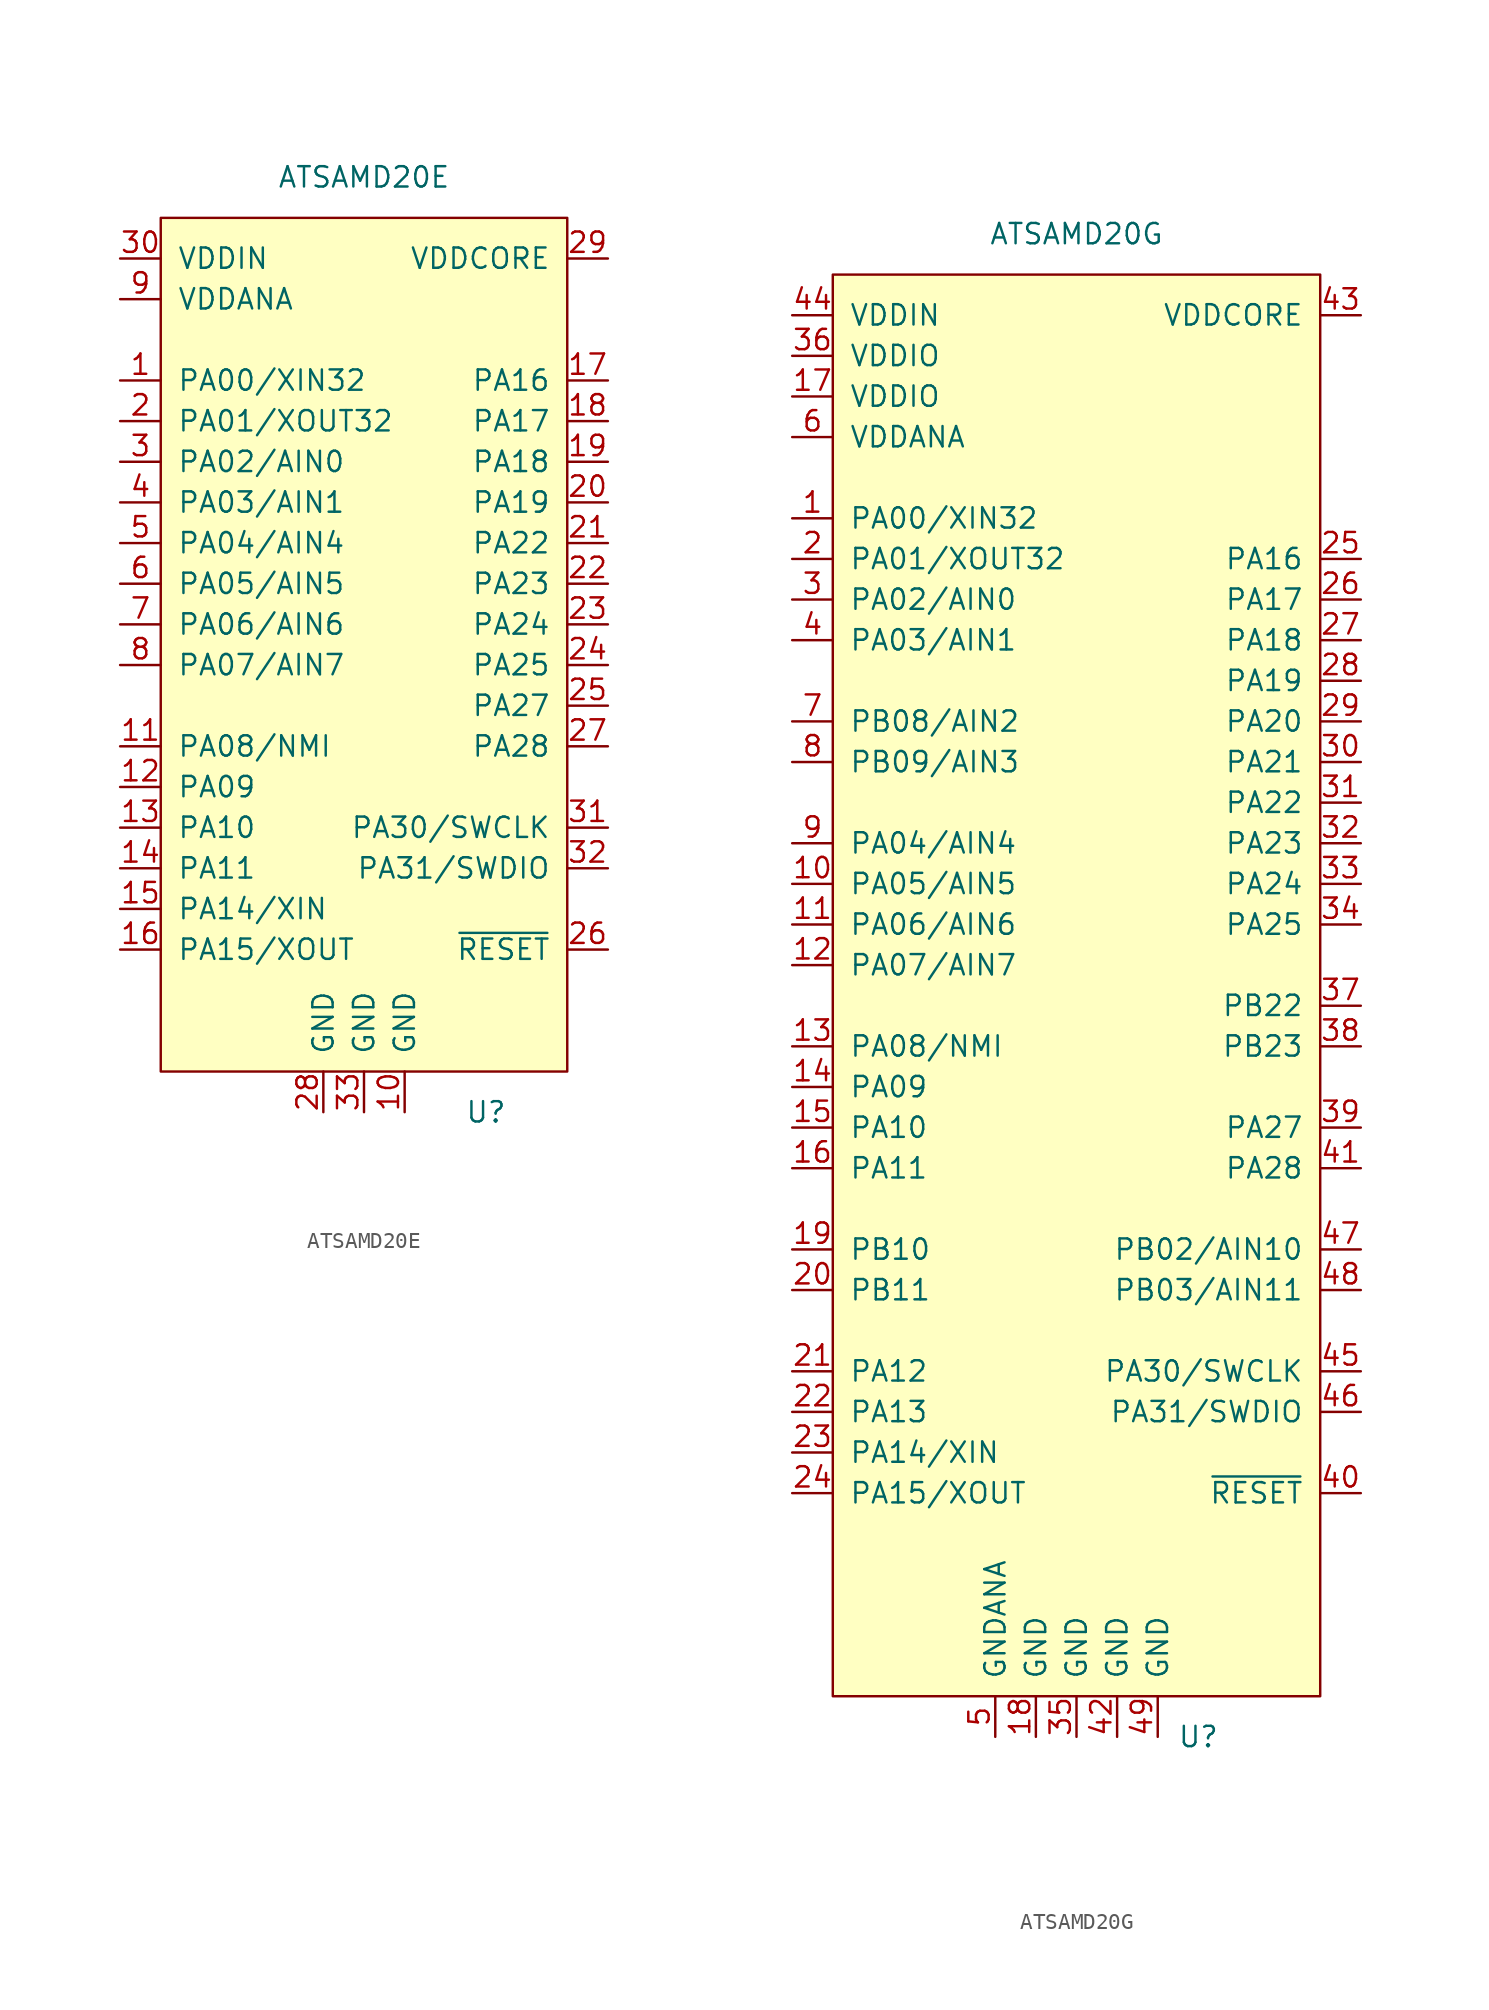
<source format=kicad_sym>
(kicad_symbol_lib
  (version 20211014)
  (generator kicad_symbol_editor)
  (symbol "ATSAMD20E"
    (pin_names
      (offset 1.016))
    (property "Reference" "U"
      (at 7.62 -30.48 0)
      (effects (font (size 1.27 1.27))))
    (property "Value" "ATSAMD20E"
      (at 0 27.94 0)
      (effects (font (size 1.27 1.27))))
    (symbol "ATSAMD20E_0_0"
      (pin bidirectional line (at -15.24 15.24 0) (length 2.54) (name "PA00/XIN32" (effects (font (size 1.27 1.27)))) (number "1" (effects (font (size 1.27 1.27)))))
      (pin power_in line (at 2.54 -30.48 90) (length 2.54) (name "GND" (effects (font (size 1.27 1.27)))) (number "10" (effects (font (size 1.27 1.27)))))
      (pin bidirectional line (at -15.24 -7.62 0) (length 2.54) (name "PA08/NMI" (effects (font (size 1.27 1.27)))) (number "11" (effects (font (size 1.27 1.27)))))
      (pin bidirectional line (at -15.24 -10.16 0) (length 2.54) (name "PA09" (effects (font (size 1.27 1.27)))) (number "12" (effects (font (size 1.27 1.27)))))
      (pin bidirectional line (at -15.24 -12.7 0) (length 2.54) (name "PA10" (effects (font (size 1.27 1.27)))) (number "13" (effects (font (size 1.27 1.27)))))
      (pin bidirectional line (at -15.24 -15.24 0) (length 2.54) (name "PA11" (effects (font (size 1.27 1.27)))) (number "14" (effects (font (size 1.27 1.27)))))
      (pin bidirectional line (at -15.24 -17.78 0) (length 2.54) (name "PA14/XIN" (effects (font (size 1.27 1.27)))) (number "15" (effects (font (size 1.27 1.27)))))
      (pin bidirectional line (at -15.24 -20.32 0) (length 2.54) (name "PA15/XOUT" (effects (font (size 1.27 1.27)))) (number "16" (effects (font (size 1.27 1.27)))))
      (pin bidirectional line (at 15.24 15.24 180) (length 2.54) (name "PA16" (effects (font (size 1.27 1.27)))) (number "17" (effects (font (size 1.27 1.27)))))
      (pin bidirectional line (at 15.24 12.7 180) (length 2.54) (name "PA17" (effects (font (size 1.27 1.27)))) (number "18" (effects (font (size 1.27 1.27)))))
      (pin bidirectional line (at 15.24 10.16 180) (length 2.54) (name "PA18" (effects (font (size 1.27 1.27)))) (number "19" (effects (font (size 1.27 1.27)))))
      (pin bidirectional line (at -15.24 12.7 0) (length 2.54) (name "PA01/XOUT32" (effects (font (size 1.27 1.27)))) (number "2" (effects (font (size 1.27 1.27)))))
      (pin bidirectional line (at 15.24 7.62 180) (length 2.54) (name "PA19" (effects (font (size 1.27 1.27)))) (number "20" (effects (font (size 1.27 1.27)))))
      (pin bidirectional line (at 15.24 5.08 180) (length 2.54) (name "PA22" (effects (font (size 1.27 1.27)))) (number "21" (effects (font (size 1.27 1.27)))))
      (pin bidirectional line (at 15.24 2.54 180) (length 2.54) (name "PA23" (effects (font (size 1.27 1.27)))) (number "22" (effects (font (size 1.27 1.27)))))
      (pin bidirectional line (at 15.24 0 180) (length 2.54) (name "PA24" (effects (font (size 1.27 1.27)))) (number "23" (effects (font (size 1.27 1.27)))))
      (pin bidirectional line (at 15.24 -2.54 180) (length 2.54) (name "PA25" (effects (font (size 1.27 1.27)))) (number "24" (effects (font (size 1.27 1.27)))))
      (pin bidirectional line (at 15.24 -5.08 180) (length 2.54) (name "PA27" (effects (font (size 1.27 1.27)))) (number "25" (effects (font (size 1.27 1.27)))))
      (pin input line (at 15.24 -20.32 180) (length 2.54) (name "~{RESET}" (effects (font (size 1.27 1.27)))) (number "26" (effects (font (size 1.27 1.27)))))
      (pin bidirectional line (at 15.24 -7.62 180) (length 2.54) (name "PA28" (effects (font (size 1.27 1.27)))) (number "27" (effects (font (size 1.27 1.27)))))
      (pin power_in line (at -2.54 -30.48 90) (length 2.54) (name "GND" (effects (font (size 1.27 1.27)))) (number "28" (effects (font (size 1.27 1.27)))))
      (pin power_in line (at 15.24 22.86 180) (length 2.54) (name "VDDCORE" (effects (font (size 1.27 1.27)))) (number "29" (effects (font (size 1.27 1.27)))))
      (pin bidirectional line (at -15.24 10.16 0) (length 2.54) (name "PA02/AIN0" (effects (font (size 1.27 1.27)))) (number "3" (effects (font (size 1.27 1.27)))))
      (pin power_in line (at -15.24 22.86 0) (length 2.54) (name "VDDIN" (effects (font (size 1.27 1.27)))) (number "30" (effects (font (size 1.27 1.27)))))
      (pin bidirectional line (at 15.24 -12.7 180) (length 2.54) (name "PA30/SWCLK" (effects (font (size 1.27 1.27)))) (number "31" (effects (font (size 1.27 1.27)))))
      (pin bidirectional line (at 15.24 -15.24 180) (length 2.54) (name "PA31/SWDIO" (effects (font (size 1.27 1.27)))) (number "32" (effects (font (size 1.27 1.27)))))
      (pin power_in line (at 0 -30.48 90) (length 2.54) (name "GND" (effects (font (size 1.27 1.27)))) (number "33" (effects (font (size 1.27 1.27)))))
      (pin bidirectional line (at -15.24 7.62 0) (length 2.54) (name "PA03/AIN1" (effects (font (size 1.27 1.27)))) (number "4" (effects (font (size 1.27 1.27)))))
      (pin bidirectional line (at -15.24 5.08 0) (length 2.54) (name "PA04/AIN4" (effects (font (size 1.27 1.27)))) (number "5" (effects (font (size 1.27 1.27)))))
      (pin bidirectional line (at -15.24 2.54 0) (length 2.54) (name "PA05/AIN5" (effects (font (size 1.27 1.27)))) (number "6" (effects (font (size 1.27 1.27)))))
      (pin bidirectional line (at -15.24 0 0) (length 2.54) (name "PA06/AIN6" (effects (font (size 1.27 1.27)))) (number "7" (effects (font (size 1.27 1.27)))))
      (pin bidirectional line (at -15.24 -2.54 0) (length 2.54) (name "PA07/AIN7" (effects (font (size 1.27 1.27)))) (number "8" (effects (font (size 1.27 1.27)))))
      (pin power_in line (at -15.24 20.32 0) (length 2.54) (name "VDDANA" (effects (font (size 1.27 1.27)))) (number "9" (effects (font (size 1.27 1.27))))))
    (symbol "ATSAMD20E_0_1"
      (rectangle (start -12.7 25.4) (end 12.7 -27.94) (stroke (width 0) (type default) (color 0 0 0 0)) (fill (type background)))))
  (symbol "ATSAMD20G"
    (pin_names
      (offset 1.016))
    (property "Reference" "U"
      (at 7.62 -38.1 0)
      (effects (font (size 1.27 1.27))))
    (property "Value" "ATSAMD20G"
      (at 0 55.88 0)
      (effects (font (size 1.27 1.27))))
    (symbol "ATSAMD20G_0_0"
      (pin bidirectional line (at -17.78 38.1 0) (length 2.54) (name "PA00/XIN32" (effects (font (size 1.27 1.27)))) (number "1" (effects (font (size 1.27 1.27)))))
      (pin bidirectional line (at -17.78 15.24 0) (length 2.54) (name "PA05/AIN5" (effects (font (size 1.27 1.27)))) (number "10" (effects (font (size 1.27 1.27)))))
      (pin bidirectional line (at -17.78 12.7 0) (length 2.54) (name "PA06/AIN6" (effects (font (size 1.27 1.27)))) (number "11" (effects (font (size 1.27 1.27)))))
      (pin bidirectional line (at -17.78 10.16 0) (length 2.54) (name "PA07/AIN7" (effects (font (size 1.27 1.27)))) (number "12" (effects (font (size 1.27 1.27)))))
      (pin bidirectional line (at -17.78 5.08 0) (length 2.54) (name "PA08/NMI" (effects (font (size 1.27 1.27)))) (number "13" (effects (font (size 1.27 1.27)))))
      (pin bidirectional line (at -17.78 2.54 0) (length 2.54) (name "PA09" (effects (font (size 1.27 1.27)))) (number "14" (effects (font (size 1.27 1.27)))))
      (pin bidirectional line (at -17.78 0 0) (length 2.54) (name "PA10" (effects (font (size 1.27 1.27)))) (number "15" (effects (font (size 1.27 1.27)))))
      (pin bidirectional line (at -17.78 -2.54 0) (length 2.54) (name "PA11" (effects (font (size 1.27 1.27)))) (number "16" (effects (font (size 1.27 1.27)))))
      (pin power_in line (at -17.78 45.72 0) (length 2.54) (name "VDDIO" (effects (font (size 1.27 1.27)))) (number "17" (effects (font (size 1.27 1.27)))))
      (pin power_in line (at -2.54 -38.1 90) (length 2.54) (name "GND" (effects (font (size 1.27 1.27)))) (number "18" (effects (font (size 1.27 1.27)))))
      (pin bidirectional line (at -17.78 -7.62 0) (length 2.54) (name "PB10" (effects (font (size 1.27 1.27)))) (number "19" (effects (font (size 1.27 1.27)))))
      (pin bidirectional line (at -17.78 35.56 0) (length 2.54) (name "PA01/XOUT32" (effects (font (size 1.27 1.27)))) (number "2" (effects (font (size 1.27 1.27)))))
      (pin bidirectional line (at -17.78 -10.16 0) (length 2.54) (name "PB11" (effects (font (size 1.27 1.27)))) (number "20" (effects (font (size 1.27 1.27)))))
      (pin bidirectional line (at -17.78 -15.24 0) (length 2.54) (name "PA12" (effects (font (size 1.27 1.27)))) (number "21" (effects (font (size 1.27 1.27)))))
      (pin bidirectional line (at -17.78 -17.78 0) (length 2.54) (name "PA13" (effects (font (size 1.27 1.27)))) (number "22" (effects (font (size 1.27 1.27)))))
      (pin bidirectional line (at -17.78 -20.32 0) (length 2.54) (name "PA14/XIN" (effects (font (size 1.27 1.27)))) (number "23" (effects (font (size 1.27 1.27)))))
      (pin bidirectional line (at -17.78 -22.86 0) (length 2.54) (name "PA15/XOUT" (effects (font (size 1.27 1.27)))) (number "24" (effects (font (size 1.27 1.27)))))
      (pin bidirectional line (at 17.78 35.56 180) (length 2.54) (name "PA16" (effects (font (size 1.27 1.27)))) (number "25" (effects (font (size 1.27 1.27)))))
      (pin bidirectional line (at 17.78 33.02 180) (length 2.54) (name "PA17" (effects (font (size 1.27 1.27)))) (number "26" (effects (font (size 1.27 1.27)))))
      (pin bidirectional line (at 17.78 30.48 180) (length 2.54) (name "PA18" (effects (font (size 1.27 1.27)))) (number "27" (effects (font (size 1.27 1.27)))))
      (pin bidirectional line (at 17.78 27.94 180) (length 2.54) (name "PA19" (effects (font (size 1.27 1.27)))) (number "28" (effects (font (size 1.27 1.27)))))
      (pin bidirectional line (at 17.78 25.4 180) (length 2.54) (name "PA20" (effects (font (size 1.27 1.27)))) (number "29" (effects (font (size 1.27 1.27)))))
      (pin bidirectional line (at -17.78 33.02 0) (length 2.54) (name "PA02/AIN0" (effects (font (size 1.27 1.27)))) (number "3" (effects (font (size 1.27 1.27)))))
      (pin bidirectional line (at 17.78 22.86 180) (length 2.54) (name "PA21" (effects (font (size 1.27 1.27)))) (number "30" (effects (font (size 1.27 1.27)))))
      (pin bidirectional line (at 17.78 20.32 180) (length 2.54) (name "PA22" (effects (font (size 1.27 1.27)))) (number "31" (effects (font (size 1.27 1.27)))))
      (pin bidirectional line (at 17.78 17.78 180) (length 2.54) (name "PA23" (effects (font (size 1.27 1.27)))) (number "32" (effects (font (size 1.27 1.27)))))
      (pin bidirectional line (at 17.78 15.24 180) (length 2.54) (name "PA24" (effects (font (size 1.27 1.27)))) (number "33" (effects (font (size 1.27 1.27)))))
      (pin bidirectional line (at 17.78 12.7 180) (length 2.54) (name "PA25" (effects (font (size 1.27 1.27)))) (number "34" (effects (font (size 1.27 1.27)))))
      (pin power_in line (at 0 -38.1 90) (length 2.54) (name "GND" (effects (font (size 1.27 1.27)))) (number "35" (effects (font (size 1.27 1.27)))))
      (pin power_in line (at -17.78 48.26 0) (length 2.54) (name "VDDIO" (effects (font (size 1.27 1.27)))) (number "36" (effects (font (size 1.27 1.27)))))
      (pin bidirectional line (at 17.78 7.62 180) (length 2.54) (name "PB22" (effects (font (size 1.27 1.27)))) (number "37" (effects (font (size 1.27 1.27)))))
      (pin bidirectional line (at 17.78 5.08 180) (length 2.54) (name "PB23" (effects (font (size 1.27 1.27)))) (number "38" (effects (font (size 1.27 1.27)))))
      (pin bidirectional line (at 17.78 0 180) (length 2.54) (name "PA27" (effects (font (size 1.27 1.27)))) (number "39" (effects (font (size 1.27 1.27)))))
      (pin bidirectional line (at -17.78 30.48 0) (length 2.54) (name "PA03/AIN1" (effects (font (size 1.27 1.27)))) (number "4" (effects (font (size 1.27 1.27)))))
      (pin input line (at 17.78 -22.86 180) (length 2.54) (name "~{RESET}" (effects (font (size 1.27 1.27)))) (number "40" (effects (font (size 1.27 1.27)))))
      (pin bidirectional line (at 17.78 -2.54 180) (length 2.54) (name "PA28" (effects (font (size 1.27 1.27)))) (number "41" (effects (font (size 1.27 1.27)))))
      (pin power_in line (at 2.54 -38.1 90) (length 2.54) (name "GND" (effects (font (size 1.27 1.27)))) (number "42" (effects (font (size 1.27 1.27)))))
      (pin power_in line (at 17.78 50.8 180) (length 2.54) (name "VDDCORE" (effects (font (size 1.27 1.27)))) (number "43" (effects (font (size 1.27 1.27)))))
      (pin power_in line (at -17.78 50.8 0) (length 2.54) (name "VDDIN" (effects (font (size 1.27 1.27)))) (number "44" (effects (font (size 1.27 1.27)))))
      (pin bidirectional line (at 17.78 -15.24 180) (length 2.54) (name "PA30/SWCLK" (effects (font (size 1.27 1.27)))) (number "45" (effects (font (size 1.27 1.27)))))
      (pin bidirectional line (at 17.78 -17.78 180) (length 2.54) (name "PA31/SWDIO" (effects (font (size 1.27 1.27)))) (number "46" (effects (font (size 1.27 1.27)))))
      (pin bidirectional line (at 17.78 -7.62 180) (length 2.54) (name "PB02/AIN10" (effects (font (size 1.27 1.27)))) (number "47" (effects (font (size 1.27 1.27)))))
      (pin bidirectional line (at 17.78 -10.16 180) (length 2.54) (name "PB03/AIN11" (effects (font (size 1.27 1.27)))) (number "48" (effects (font (size 1.27 1.27)))))
      (pin power_in line (at 5.08 -38.1 90) (length 2.54) (name "GND" (effects (font (size 1.27 1.27)))) (number "49" (effects (font (size 1.27 1.27)))))
      (pin power_in line (at -5.08 -38.1 90) (length 2.54) (name "GNDANA" (effects (font (size 1.27 1.27)))) (number "5" (effects (font (size 1.27 1.27)))))
      (pin power_in line (at -17.78 43.18 0) (length 2.54) (name "VDDANA" (effects (font (size 1.27 1.27)))) (number "6" (effects (font (size 1.27 1.27)))))
      (pin bidirectional line (at -17.78 25.4 0) (length 2.54) (name "PB08/AIN2" (effects (font (size 1.27 1.27)))) (number "7" (effects (font (size 1.27 1.27)))))
      (pin bidirectional line (at -17.78 22.86 0) (length 2.54) (name "PB09/AIN3" (effects (font (size 1.27 1.27)))) (number "8" (effects (font (size 1.27 1.27)))))
      (pin bidirectional line (at -17.78 17.78 0) (length 2.54) (name "PA04/AIN4" (effects (font (size 1.27 1.27)))) (number "9" (effects (font (size 1.27 1.27))))))
    (symbol "ATSAMD20G_0_1"
      (rectangle (start -15.24 53.34) (end 15.24 -35.56) (stroke (width 0) (type default) (color 0 0 0 0)) (fill (type background))))))
</source>
